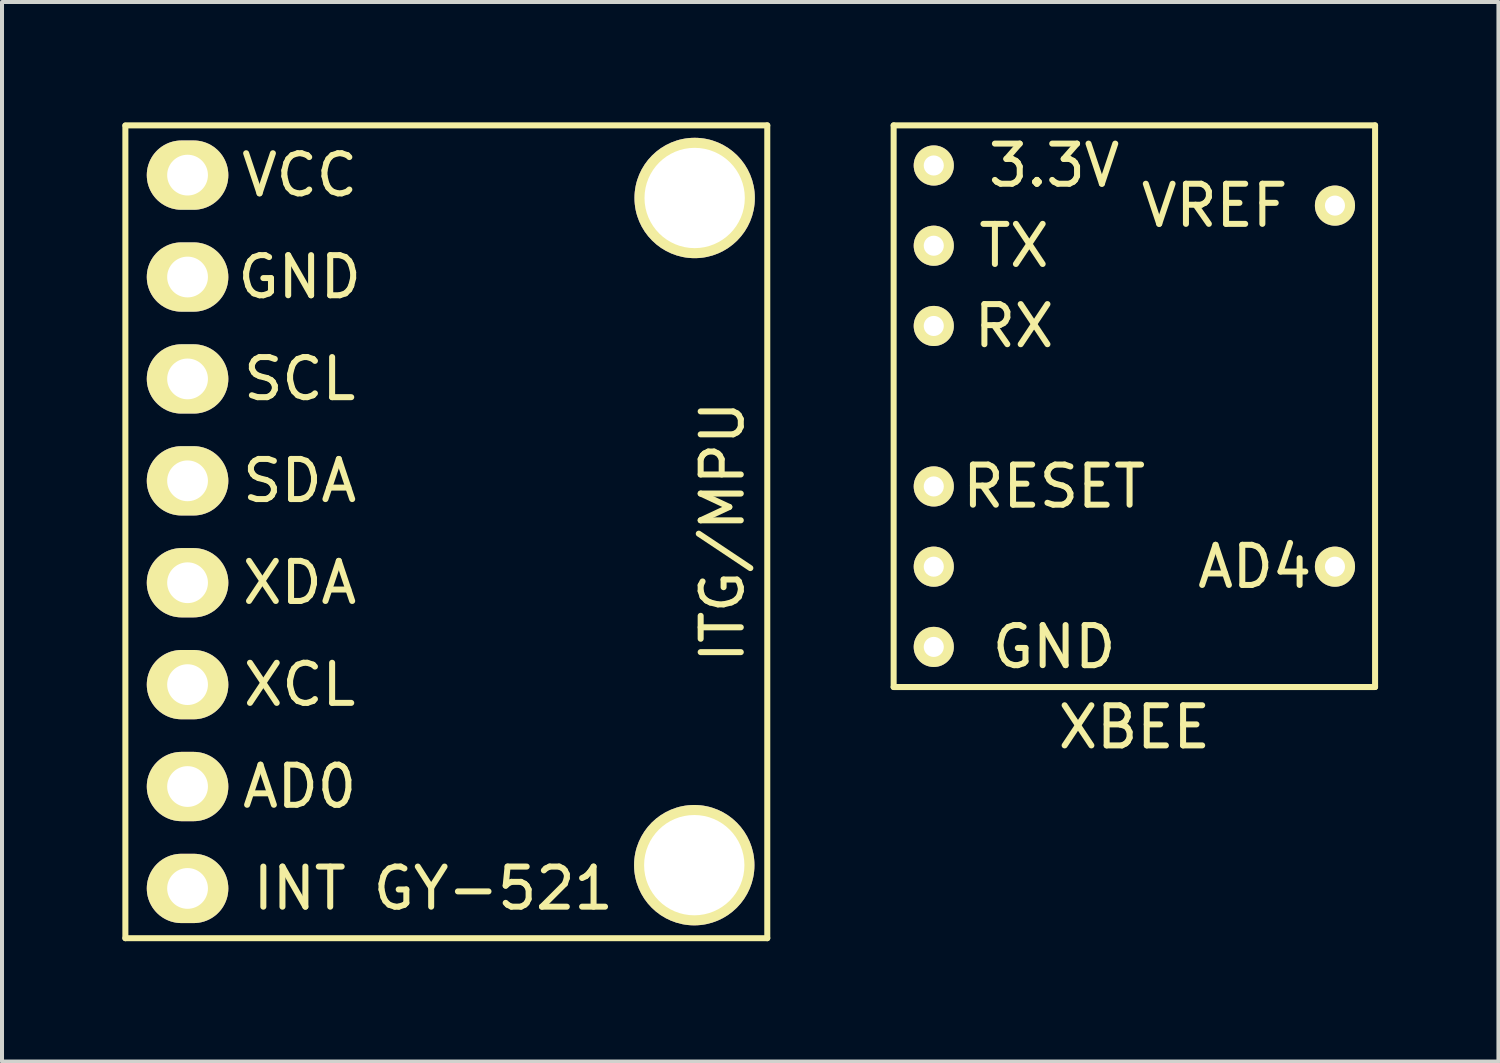
<source format=kicad_pcb>
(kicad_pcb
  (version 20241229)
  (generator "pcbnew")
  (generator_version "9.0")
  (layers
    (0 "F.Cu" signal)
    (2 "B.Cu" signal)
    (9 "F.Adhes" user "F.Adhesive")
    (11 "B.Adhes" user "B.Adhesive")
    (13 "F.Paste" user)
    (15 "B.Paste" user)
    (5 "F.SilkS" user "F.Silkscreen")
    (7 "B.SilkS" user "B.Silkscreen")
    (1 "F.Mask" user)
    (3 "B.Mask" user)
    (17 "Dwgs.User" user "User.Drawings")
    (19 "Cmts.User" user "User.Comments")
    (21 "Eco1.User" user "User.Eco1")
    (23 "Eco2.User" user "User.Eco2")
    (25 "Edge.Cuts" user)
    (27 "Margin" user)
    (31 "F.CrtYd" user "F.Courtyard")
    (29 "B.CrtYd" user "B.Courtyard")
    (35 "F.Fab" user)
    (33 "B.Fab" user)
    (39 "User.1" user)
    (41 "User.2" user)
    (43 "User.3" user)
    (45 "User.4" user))
  (footprint "XBEE"
    (layer "F.Cu")
    (at 25.225 7.075)
    (property "Reference" "XBEE" (at 0 8 0) (layer "F.SilkS") (effects (font (size 1 1) (thickness 0.15))))
    (attr through_hole)
    (fp_line (start -6 -7) (end -6 7) (stroke (width 0.15) (type solid)) (layer "F.SilkS"))
    (fp_line (start -6 7) (end 6 7) (stroke (width 0.15) (type solid)) (layer "F.SilkS"))
    (fp_line (start 6 -7) (end -6 -7) (stroke (width 0.15) (type solid)) (layer "F.SilkS"))
    (fp_line (start 6 7) (end 6 -7) (stroke (width 0.15) (type solid)) (layer "F.SilkS"))
    (fp_text user "RX" (at -3 -2 0) (layer "F.SilkS") (effects (font (size 1 1) (thickness 0.15))))
    (fp_text user "GND" (at -2 6 0) (layer "F.SilkS") (effects (font (size 1 1) (thickness 0.15))))
    (fp_text user "3.3V" (at -2 -6 0) (layer "F.SilkS") (effects (font (size 1 1) (thickness 0.15))))
    (fp_text user "TX" (at -3 -4 0) (layer "F.SilkS") (effects (font (size 1 1) (thickness 0.15))))
    (fp_text user "RESET" (at -2 2 0) (layer "F.SilkS") (effects (font (size 1 1) (thickness 0.15))))
    (fp_text user "VREF" (at 2 -5 0) (layer "F.SilkS") (effects (font (size 1 1) (thickness 0.15))))
    (fp_text user "AD4" (at 3 4 0) (layer "F.SilkS") (effects (font (size 1 1) (thickness 0.15))))
    (pad "1" thru_hole circle (at -5 -6) (size 1 1) (drill 0.5) (layers "*.Cu" "*.Mask" "F.SilkS" "F.Paste"))
    (pad "2" thru_hole circle (at -5 -4) (size 1 1) (drill 0.5) (layers "*.Cu" "*.Mask" "F.SilkS" "F.Paste"))
    (pad "3" thru_hole circle (at -5 -2) (size 1 1) (drill 0.5) (layers "*.Cu" "*.Mask" "F.SilkS" "F.Paste"))
    (pad "4" thru_hole circle (at -5 2) (size 1 1) (drill 0.5) (layers "*.Cu" "*.Mask" "F.SilkS" "F.Paste"))
    (pad "5" thru_hole circle (at -5 4) (size 1 1) (drill 0.5) (layers "*.Cu" "*.Mask" "F.SilkS" "F.Paste"))
    (pad "6" thru_hole circle (at -5 6) (size 1 1) (drill 0.5) (layers "*.Cu" "*.Mask" "F.SilkS" "F.Paste"))
    (pad "7" thru_hole circle (at 5 -5) (size 1 1) (drill 0.5) (layers "*.Cu" "*.Mask" "F.SilkS" "F.Paste"))
    (pad "8" thru_hole circle (at 5 4) (size 1 1) (drill 0.5) (layers "*.Cu" "*.Mask" "F.SilkS" "F.Paste")))
  (footprint "GY-521"
    (layer "F.Cu")
    (at 1.625 1.315)
    (property "Reference" "GY-521" (at 7.62 17.78 0) (layer "F.SilkS") (effects (font (size 1 1) (thickness 0.15))))
    (attr through_hole)
    (fp_line (start -1.55 -1.24) (end 14.45 -1.24) (stroke (width 0.15) (type solid)) (layer "F.SilkS"))
    (fp_line (start -1.55 19.02) (end -1.55 -1.23) (stroke (width 0.15) (type solid)) (layer "F.SilkS"))
    (fp_line (start 14.45 -1.24) (end 14.45 19.02) (stroke (width 0.15) (type solid)) (layer "F.SilkS"))
    (fp_line (start 14.45 19.02) (end -1.55 19.02) (stroke (width 0.15) (type solid)) (layer "F.SilkS"))
    (fp_text user "XCL" (at 2.794 12.7 0) (layer "F.SilkS") (effects (font (size 1 1) (thickness 0.15))))
    (fp_text user "INT" (at 2.794 17.78 0) (layer "F.SilkS") (effects (font (size 1 1) (thickness 0.15))))
    (fp_text user "ITG/MPU" (at 13.335 8.89 90) (layer "F.SilkS") (effects (font (size 1 1) (thickness 0.15))))
    (fp_text user "XDA" (at 2.794 10.16 0) (layer "F.SilkS") (effects (font (size 1 1) (thickness 0.15))))
    (fp_text user "SCL" (at 2.794 5.08 0) (layer "F.SilkS") (effects (font (size 1 1) (thickness 0.15))))
    (fp_text user "GND" (at 2.794 2.54 0) (layer "F.SilkS") (effects (font (size 1 1) (thickness 0.15))))
    (fp_text user "AD0" (at 2.794 15.24 0) (layer "F.SilkS") (effects (font (size 1 1) (thickness 0.15))))
    (fp_text user "VCC" (at 2.794 0 0) (layer "F.SilkS") (effects (font (size 1 1) (thickness 0.15))))
    (fp_text user "SDA" (at 2.794 7.62 0) (layer "F.SilkS") (effects (font (size 1 1) (thickness 0.15))))
    (pad "" thru_hole circle (at 12.63 17.2) (size 3 3) (drill 2.5) (layers "*.Cu" "*.Mask" "F.SilkS"))
    (pad "" thru_hole circle (at 12.64 0.57) (size 3 3) (drill 2.5) (layers "*.Cu" "*.Mask" "F.SilkS"))
    (pad "1" thru_hole oval (at 0 0) (size 2.032 1.727) (drill 1.016) (layers "*.Cu" "*.Mask" "F.SilkS"))
    (pad "2" thru_hole oval (at 0 2.54) (size 2.032 1.727) (drill 1.016) (layers "*.Cu" "*.Mask" "F.SilkS"))
    (pad "3" thru_hole oval (at 0 5.08) (size 2.032 1.727) (drill 1.016) (layers "*.Cu" "*.Mask" "F.SilkS"))
    (pad "4" thru_hole oval (at 0 7.62) (size 2.032 1.727) (drill 1.016) (layers "*.Cu" "*.Mask" "F.SilkS"))
    (pad "5" thru_hole oval (at 0 10.16) (size 2.032 1.727) (drill 1.016) (layers "*.Cu" "*.Mask" "F.SilkS"))
    (pad "6" thru_hole oval (at 0 12.7) (size 2.032 1.727) (drill 1.016) (layers "*.Cu" "*.Mask" "F.SilkS"))
    (pad "7" thru_hole oval (at 0 15.24) (size 2.032 1.727) (drill 1.016) (layers "*.Cu" "*.Mask" "F.SilkS"))
    (pad "8" thru_hole oval (at 0 17.78) (size 2.032 1.727) (drill 1.016) (layers "*.Cu" "*.Mask" "F.SilkS")))
  (gr_rect
    (start -3 -3)
    (end 34.3 23.41)
    (stroke (width 0.1) (type default))
    (fill no)
    (layer "Edge.Cuts")))
</source>
